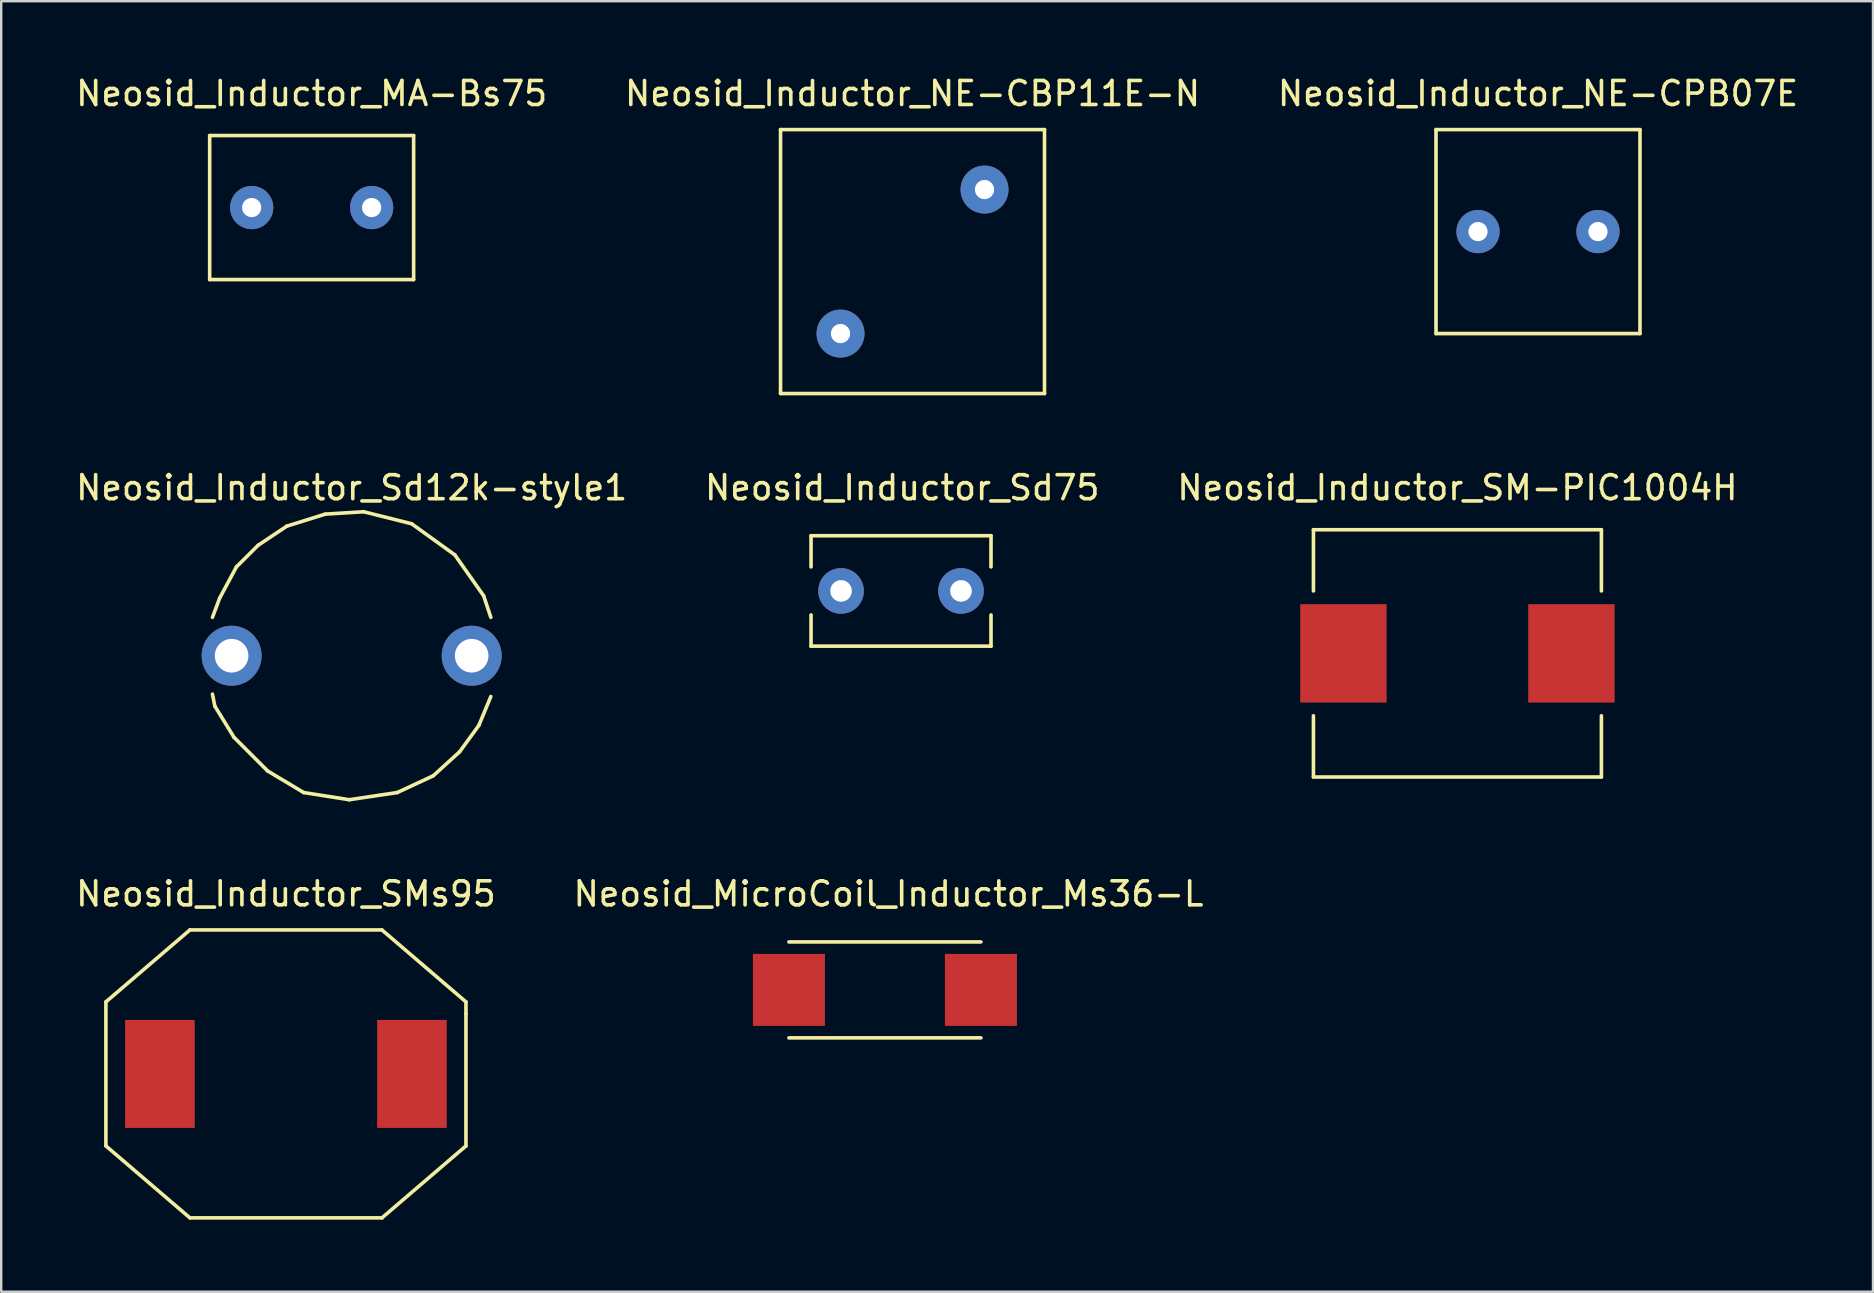
<source format=kicad_pcb>
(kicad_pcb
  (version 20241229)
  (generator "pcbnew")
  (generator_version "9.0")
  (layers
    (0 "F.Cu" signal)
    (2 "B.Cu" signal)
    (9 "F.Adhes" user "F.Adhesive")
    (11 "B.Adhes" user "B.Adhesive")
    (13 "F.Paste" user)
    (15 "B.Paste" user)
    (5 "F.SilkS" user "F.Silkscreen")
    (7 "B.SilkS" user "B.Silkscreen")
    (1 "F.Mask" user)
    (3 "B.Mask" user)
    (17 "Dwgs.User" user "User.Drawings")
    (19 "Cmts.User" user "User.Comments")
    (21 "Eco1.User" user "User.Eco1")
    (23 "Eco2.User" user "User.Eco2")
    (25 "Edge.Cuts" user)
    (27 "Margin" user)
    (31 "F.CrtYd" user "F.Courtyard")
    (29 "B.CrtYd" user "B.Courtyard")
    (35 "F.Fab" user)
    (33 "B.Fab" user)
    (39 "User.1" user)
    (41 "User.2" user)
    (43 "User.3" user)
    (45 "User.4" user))
  (footprint "Neosid_Inductor_SM-PIC1004H"
    (layer "F.Cu")
    (at 57.673 24.172)
    (property "Reference" "Neosid_Inductor_SM-PIC1004H" (at 0 -6.901 0) (layer "F.SilkS") (effects (font (size 1 1) (thickness 0.15))))
    (attr smd)
    (fp_line (start -5.999 -5.151) (end -5.999 -2.601) (stroke (width 0.15) (type solid)) (layer "F.SilkS"))
    (fp_line (start -5.999 2.601) (end -5.999 5.151) (stroke (width 0.15) (type solid)) (layer "F.SilkS"))
    (fp_line (start -5.999 5.151) (end 5.999 5.151) (stroke (width 0.15) (type solid)) (layer "F.SilkS"))
    (fp_line (start 5.999 -5.151) (end -5.999 -5.151) (stroke (width 0.15) (type solid)) (layer "F.SilkS"))
    (fp_line (start 5.999 -2.601) (end 5.999 -5.151) (stroke (width 0.15) (type solid)) (layer "F.SilkS"))
    (fp_line (start 5.999 5.151) (end 5.999 2.601) (stroke (width 0.15) (type solid)) (layer "F.SilkS"))
    (pad "1" smd rect (at -4.75 0) (size 3.599 4.1) (layers "F.Cu" "F.Mask" "F.Paste"))
    (pad "2" smd rect (at 4.75 0) (size 3.599 4.1) (layers "F.Cu" "F.Mask" "F.Paste")))
  (footprint "Neosid_Inductor_NE-CPB07E"
    (layer "F.Cu")
    (at 61.03 6.599)
    (property "Reference" "Neosid_Inductor_NE-CPB07E" (at 0 -5.751 0) (layer "F.SilkS") (effects (font (size 1 1) (thickness 0.15))))
    (attr smd)
    (fp_line (start -4.249 -4.249) (end -4.249 4.249) (stroke (width 0.15) (type solid)) (layer "F.SilkS"))
    (fp_line (start -4.249 4.249) (end 4.249 4.249) (stroke (width 0.15) (type solid)) (layer "F.SilkS"))
    (fp_line (start 4.249 -4.249) (end -4.249 -4.249) (stroke (width 0.15) (type solid)) (layer "F.SilkS"))
    (fp_line (start 4.249 4.249) (end 4.249 -4.249) (stroke (width 0.15) (type solid)) (layer "F.SilkS"))
    (pad "1" thru_hole circle (at -2.499 0) (size 1.801 1.801) (drill 0.8) (layers "*.Cu" "*.Mask"))
    (pad "2" thru_hole circle (at 2.499 0) (size 1.801 1.801) (drill 0.8) (layers "*.Cu" "*.Mask")))
  (footprint "Neosid_MicroCoil_Inductor_Ms36-L"
    (layer "F.Cu")
    (at 33.82 38.194)
    (property "Reference" "Neosid_MicroCoil_Inductor_Ms36-L" (at 0.15 -4 0) (layer "F.SilkS") (effects (font (size 1 1) (thickness 0.15))))
    (attr smd)
    (fp_line (start 4 -1.999) (end -4 -1.999) (stroke (width 0.15) (type solid)) (layer "F.SilkS"))
    (fp_line (start 4 1.999) (end -4 1.999) (stroke (width 0.15) (type solid)) (layer "F.SilkS"))
    (pad "1" smd rect (at -4 0) (size 3 3) (layers "F.Cu" "F.Mask" "F.Paste"))
    (pad "2" smd rect (at 4 0) (size 3 3) (layers "F.Cu" "F.Mask" "F.Paste")))
  (footprint "Neosid_Inductor_SMs95"
    (layer "F.Cu")
    (at 8.863 41.694)
    (property "Reference" "Neosid_Inductor_SMs95" (at 0 -7.501 0) (layer "F.SilkS") (effects (font (size 1 1) (thickness 0.15))))
    (attr smd)
    (fp_line (start -7.501 -3) (end -7.501 3) (stroke (width 0.15) (type solid)) (layer "F.SilkS"))
    (fp_line (start -7.501 3) (end -4 5.999) (stroke (width 0.15) (type solid)) (layer "F.SilkS"))
    (fp_line (start -4 -5.999) (end -7.501 -3) (stroke (width 0.15) (type solid)) (layer "F.SilkS"))
    (fp_line (start -4 5.999) (end 4 5.999) (stroke (width 0.15) (type solid)) (layer "F.SilkS"))
    (fp_line (start 4 -5.999) (end -4 -5.999) (stroke (width 0.15) (type solid)) (layer "F.SilkS"))
    (fp_line (start 4 5.999) (end 7.501 3) (stroke (width 0.15) (type solid)) (layer "F.SilkS"))
    (fp_line (start 7.501 -3) (end 4 -5.999) (stroke (width 0.15) (type solid)) (layer "F.SilkS"))
    (fp_line (start 7.501 -2.499) (end 7.501 -3) (stroke (width 0.15) (type solid)) (layer "F.SilkS"))
    (fp_line (start 7.501 3) (end 7.501 -2.499) (stroke (width 0.15) (type solid)) (layer "F.SilkS"))
    (pad "1" smd rect (at -5.25 0) (size 2.901 4.501) (layers "F.Cu" "F.Mask" "F.Paste"))
    (pad "2" smd rect (at 5.25 0) (size 2.901 4.501) (layers "F.Cu" "F.Mask" "F.Paste")))
  (footprint "Neosid_Inductor_Sd12k-style1"
    (layer "F.Cu")
    (at 11.601 24.271)
    (property "Reference" "Neosid_Inductor_Sd12k-style1" (at 0 -7 0) (layer "F.SilkS") (effects (font (size 1 1) (thickness 0.15))))
    (attr through_hole)
    (fp_line (start -5.799 -1.6) (end -5.499 -2.4) (stroke (width 0.15) (type solid)) (layer "F.SilkS"))
    (fp_line (start -5.7 2.101) (end -5.799 1.6) (stroke (width 0.15) (type solid)) (layer "F.SilkS"))
    (fp_line (start -5.499 -2.4) (end -4.801 -3.701) (stroke (width 0.15) (type solid)) (layer "F.SilkS"))
    (fp_line (start -4.9 3.401) (end -5.7 2.101) (stroke (width 0.15) (type solid)) (layer "F.SilkS"))
    (fp_line (start -4.801 -3.701) (end -3.899 -4.6) (stroke (width 0.15) (type solid)) (layer "F.SilkS"))
    (fp_line (start -3.899 -4.6) (end -2.7 -5.4) (stroke (width 0.15) (type solid)) (layer "F.SilkS"))
    (fp_line (start -3.5 4.801) (end -4.9 3.401) (stroke (width 0.15) (type solid)) (layer "F.SilkS"))
    (fp_line (start -2.7 -5.4) (end -1.1 -5.9) (stroke (width 0.15) (type solid)) (layer "F.SilkS"))
    (fp_line (start -1.999 5.7) (end -3.5 4.801) (stroke (width 0.15) (type solid)) (layer "F.SilkS"))
    (fp_line (start -1.1 -5.9) (end 0.5 -5.999) (stroke (width 0.15) (type solid)) (layer "F.SilkS"))
    (fp_line (start -0.099 5.999) (end -1.999 5.7) (stroke (width 0.15) (type solid)) (layer "F.SilkS"))
    (fp_line (start 0.5 -5.999) (end 2.499 -5.499) (stroke (width 0.15) (type solid)) (layer "F.SilkS"))
    (fp_line (start 1.9 5.7) (end -0.099 5.999) (stroke (width 0.15) (type solid)) (layer "F.SilkS"))
    (fp_line (start 2.499 -5.499) (end 4.3 -4.201) (stroke (width 0.15) (type solid)) (layer "F.SilkS"))
    (fp_line (start 3.401 5.001) (end 1.9 5.7) (stroke (width 0.15) (type solid)) (layer "F.SilkS"))
    (fp_line (start 4.3 -4.201) (end 5.499 -2.499) (stroke (width 0.15) (type solid)) (layer "F.SilkS"))
    (fp_line (start 4.501 4) (end 3.401 5.001) (stroke (width 0.15) (type solid)) (layer "F.SilkS"))
    (fp_line (start 5.301 2.901) (end 4.501 4) (stroke (width 0.15) (type solid)) (layer "F.SilkS"))
    (fp_line (start 5.499 -2.499) (end 5.799 -1.6) (stroke (width 0.15) (type solid)) (layer "F.SilkS"))
    (fp_line (start 5.799 1.699) (end 5.301 2.901) (stroke (width 0.15) (type solid)) (layer "F.SilkS"))
    (pad "1" thru_hole circle (at -5.001 0) (size 2.499 2.499) (drill 1.4) (layers "*.Cu" "*.Mask"))
    (pad "2" thru_hole circle (at 5.001 0) (size 2.499 2.499) (drill 1.4) (layers "*.Cu" "*.Mask")))
  (footprint "Neosid_Inductor_MA-Bs75"
    (layer "F.Cu")
    (at 9.935 5.598)
    (property "Reference" "Neosid_Inductor_MA-Bs75" (at 0 -4.75 0) (layer "F.SilkS") (effects (font (size 1 1) (thickness 0.15))))
    (attr through_hole)
    (fp_line (start -4.249 -3) (end -4.249 3) (stroke (width 0.15) (type solid)) (layer "F.SilkS"))
    (fp_line (start -4.249 3) (end 4.249 3) (stroke (width 0.15) (type solid)) (layer "F.SilkS"))
    (fp_line (start 4.249 -3) (end -4.249 -3) (stroke (width 0.15) (type solid)) (layer "F.SilkS"))
    (fp_line (start 4.249 3) (end 4.249 -3) (stroke (width 0.15) (type solid)) (layer "F.SilkS"))
    (pad "1" thru_hole circle (at -2.499 0 180) (size 1.801 1.801) (drill 0.8) (layers "*.Cu" "*.Mask"))
    (pad "2" thru_hole circle (at 2.499 0 180) (size 1.801 1.801) (drill 0.8) (layers "*.Cu" "*.Mask")))
  (footprint "Neosid_Inductor_NE-CBP11E-N"
    (layer "F.Cu")
    (at 34.97 7.848)
    (property "Reference" "Neosid_Inductor_NE-CBP11E-N" (at 0 -7 0) (layer "F.SilkS") (effects (font (size 1 1) (thickness 0.15))))
    (attr through_hole)
    (fp_line (start -5.499 -5.499) (end 5.499 -5.499) (stroke (width 0.15) (type solid)) (layer "F.SilkS"))
    (fp_line (start -5.499 5.499) (end -5.499 -5.499) (stroke (width 0.15) (type solid)) (layer "F.SilkS"))
    (fp_line (start 5.499 -5.499) (end 5.499 5.499) (stroke (width 0.15) (type solid)) (layer "F.SilkS"))
    (fp_line (start 5.499 5.499) (end -5.499 5.499) (stroke (width 0.15) (type solid)) (layer "F.SilkS"))
    (pad "1" thru_hole circle (at -3 3) (size 1.999 1.999) (drill 0.8) (layers "*.Cu" "*.Mask"))
    (pad "2" thru_hole circle (at 3 -3) (size 1.999 1.999) (drill 0.8) (layers "*.Cu" "*.Mask")))
  (footprint "Neosid_Inductor_Sd75"
    (layer "F.Cu")
    (at 34.491 21.571)
    (property "Reference" "Neosid_Inductor_Sd75" (at 0.051 -4.3 0) (layer "F.SilkS") (effects (font (size 1 1) (thickness 0.15))))
    (attr through_hole)
    (fp_line (start -3.749 -2.301) (end -3.749 -1.001) (stroke (width 0.15) (type solid)) (layer "F.SilkS"))
    (fp_line (start -3.749 1.001) (end -3.749 2.301) (stroke (width 0.15) (type solid)) (layer "F.SilkS"))
    (fp_line (start 3.749 -2.301) (end -3.749 -2.301) (stroke (width 0.15) (type solid)) (layer "F.SilkS"))
    (fp_line (start 3.749 -2.301) (end 3.749 -1.001) (stroke (width 0.15) (type solid)) (layer "F.SilkS"))
    (fp_line (start 3.749 1.001) (end 3.749 2.301) (stroke (width 0.15) (type solid)) (layer "F.SilkS"))
    (fp_line (start 3.749 2.301) (end -3.749 2.301) (stroke (width 0.15) (type solid)) (layer "F.SilkS"))
    (pad "1" thru_hole circle (at -2.499 0) (size 1.9 1.9) (drill 0.899) (layers "*.Cu" "*.Mask"))
    (pad "2" thru_hole circle (at 2.499 0) (size 1.9 1.9) (drill 0.899) (layers "*.Cu" "*.Mask")))
  (gr_rect
    (start -3 -3)
    (end 74.988 50.769)
    (stroke (width 0.1) (type default))
    (fill no)
    (layer "Edge.Cuts")))
</source>
